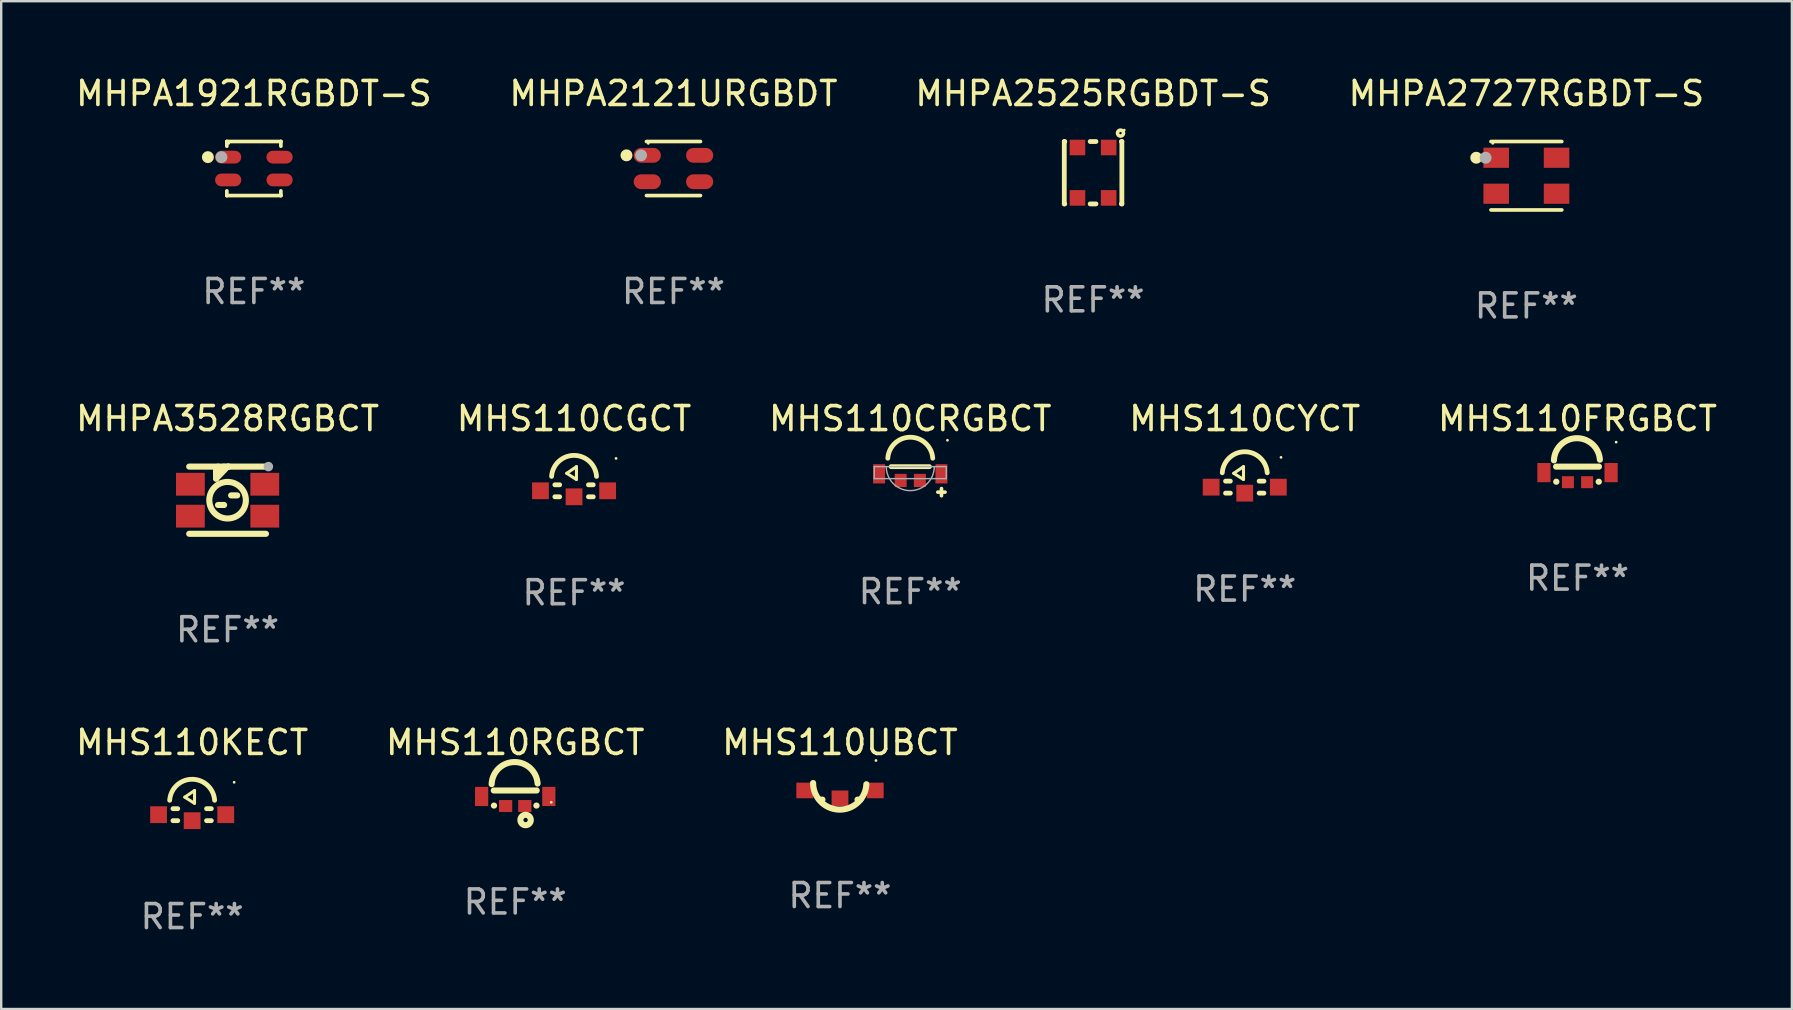
<source format=kicad_pcb>
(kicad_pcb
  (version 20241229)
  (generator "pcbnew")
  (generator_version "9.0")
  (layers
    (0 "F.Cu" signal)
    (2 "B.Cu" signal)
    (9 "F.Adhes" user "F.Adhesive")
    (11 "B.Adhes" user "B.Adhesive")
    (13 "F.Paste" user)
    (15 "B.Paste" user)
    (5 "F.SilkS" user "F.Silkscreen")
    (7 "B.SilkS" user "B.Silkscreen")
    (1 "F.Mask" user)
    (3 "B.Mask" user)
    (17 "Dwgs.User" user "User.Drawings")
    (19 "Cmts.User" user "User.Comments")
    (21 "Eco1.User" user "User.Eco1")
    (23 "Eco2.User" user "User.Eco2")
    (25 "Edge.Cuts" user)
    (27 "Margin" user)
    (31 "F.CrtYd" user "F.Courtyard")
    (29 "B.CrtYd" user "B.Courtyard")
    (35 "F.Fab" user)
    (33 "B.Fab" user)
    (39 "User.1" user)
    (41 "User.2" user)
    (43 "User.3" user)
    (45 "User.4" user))
  (footprint "MHS110RGBCT"
    (layer "F.Cu")
    (at 18.423 30.219)
    (property "Reference" "MHS110RGBCT" (at 0 -2.324 0) (layer "F.SilkS") (effects (font (size 1 1) (thickness 0.15))))
    (attr through_hole)
    (fp_line (start -0.894 -0.324) (end 0.894 -0.324) (stroke (width 0.254) (type solid)) (layer "F.SilkS"))
    (fp_line (start -0.889 0.305) (end -0.881 0.305) (stroke (width 0.254) (type solid)) (layer "F.SilkS"))
    (fp_line (start 0.881 0.305) (end 0.889 0.305) (stroke (width 0.254) (type solid)) (layer "F.SilkS"))
    (fp_arc (start -0.983311 -0.58645) (mid -0.038712 -1.509755) (end 0.93241 -0.614389) (stroke (width 0.254001) (type solid)) (layer "F.SilkS"))
    (fp_circle (center 0.432 0.906) (end 0.522 0.906) (stroke (width 0.254) (type solid)) (fill no) (layer "F.SilkS"))
    (fp_circle (center 1.5 0.168) (end 1.53 0.168) (stroke (width 0.06) (type solid)) (fill no) (layer "F.SilkS"))
    (fp_text user "REF**" (at 0 4.324 0) (layer "F.Fab") (effects (font (size 1 1) (thickness 0.15))))
    (pad "1" smd rect (at 0.4 0.324 180) (size 0.55 0.5) (layers "F.Cu" "F.Mask" "F.Paste"))
    (pad "2" smd rect (at 1.4 -0.075 180) (size 0.55 0.8) (layers "F.Cu" "F.Mask" "F.Paste"))
    (pad "3" smd rect (at -1.4 -0.075 180) (size 0.55 0.8) (layers "F.Cu" "F.Mask" "F.Paste"))
    (pad "4" smd rect (at -0.4 0.324 180) (size 0.55 0.5) (layers "F.Cu" "F.Mask" "F.Paste")))
  (footprint "MHPA1921RGBDT-S"
    (layer "F.Cu")
    (at 7.53 3.974)
    (property "Reference" "MHPA1921RGBDT-S" (at 0 -3.126 0) (layer "F.SilkS") (effects (font (size 1 1) (thickness 0.15))))
    (attr through_hole)
    (fp_line (start -1.126 -1.126) (end -1.126 -1.126) (stroke (width 0.152) (type solid)) (layer "F.SilkS"))
    (fp_line (start -1.126 -1.126) (end 1.126 -1.126) (stroke (width 0.152) (type solid)) (layer "F.SilkS"))
    (fp_line (start -1.126 -0.931) (end -1.126 -1.126) (stroke (width 0.152) (type solid)) (layer "F.SilkS"))
    (fp_line (start -1.126 0.931) (end -1.126 1.126) (stroke (width 0.152) (type solid)) (layer "F.SilkS"))
    (fp_line (start -1.126 1.126) (end -1.126 1.126) (stroke (width 0.152) (type solid)) (layer "F.SilkS"))
    (fp_line (start -1.126 1.126) (end 1.126 1.126) (stroke (width 0.152) (type solid)) (layer "F.SilkS"))
    (fp_line (start 1.126 -1.126) (end 1.126 -1.126) (stroke (width 0.152) (type solid)) (layer "F.SilkS"))
    (fp_line (start 1.126 -1.126) (end 1.126 -0.931) (stroke (width 0.152) (type solid)) (layer "F.SilkS"))
    (fp_line (start 1.126 1.126) (end 1.126 0.931) (stroke (width 0.152) (type solid)) (layer "F.SilkS"))
    (fp_line (start 1.126 1.126) (end 1.126 1.126) (stroke (width 0.152) (type solid)) (layer "F.SilkS"))
    (fp_circle (center -1.916 -0.475) (end -1.791 -0.475) (stroke (width 0.25) (type solid)) (fill no) (layer "F.SilkS"))
    (fp_circle (center -1.05 -1.05) (end -1.02 -1.05) (stroke (width 0.06) (type solid)) (fill no) (layer "F.SilkS"))
    (fp_circle (center -1.35 -0.475) (end -1.225 -0.475) (stroke (width 0.25) (type solid)) (fill no) (layer "F.Fab"))
    (fp_text user "REF**" (at 0 5.126 0) (layer "F.Fab") (effects (font (size 1 1) (thickness 0.15))))
    (pad "1" smd oval (at -1.071 -0.475 270) (size 0.532 1.091) (layers "F.Cu" "F.Mask" "F.Paste"))
    (pad "2" smd oval (at -1.071 0.475 270) (size 0.532 1.091) (layers "F.Cu" "F.Mask" "F.Paste"))
    (pad "3" smd oval (at 1.071 0.475 270) (size 0.532 1.091) (layers "F.Cu" "F.Mask" "F.Paste"))
    (pad "4" smd oval (at 1.071 -0.475 270) (size 0.532 1.091) (layers "F.Cu" "F.Mask" "F.Paste")))
  (footprint "MHS110UBCT"
    (layer "F.Cu")
    (at 31.958 30.085)
    (property "Reference" "MHS110UBCT" (at 0 -2.191 0) (layer "F.SilkS") (effects (font (size 1 1) (thickness 0.15))))
    (attr through_hole)
    (fp_line (start -0.854 0.191) (end -0.731 0.191) (stroke (width 0.254) (type solid)) (layer "F.SilkS"))
    (fp_line (start 0.731 0.191) (end 0.854 0.191) (stroke (width 0.254) (type solid)) (layer "F.SilkS"))
    (fp_arc (start 1.1 -0.450495) (mid -0.034438 0.609497) (end -1.119989 -0.500509) (stroke (width 0.254001) (type solid)) (layer "F.SilkS"))
    (fp_circle (center 1.5 -1.44) (end 1.53 -1.44) (stroke (width 0.06) (type solid)) (fill no) (layer "F.SilkS"))
    (fp_text user "REF**" (at 0 4.191 0) (layer "F.Fab") (effects (font (size 1 1) (thickness 0.15))))
    (pad "1" smd rect (at 1.47 -0.191) (size 0.7 0.65) (layers "F.Cu" "F.Mask" "F.Paste"))
    (pad "2" smd rect (at -1.47 -0.191) (size 0.7 0.65) (layers "F.Cu" "F.Mask" "F.Paste"))
    (pad "3" smd rect (at 0 0.135) (size 0.7 0.65) (layers "F.Cu" "F.Mask" "F.Paste")))
  (footprint "MHS110CYCT"
    (layer "F.Cu")
    (at 48.827 16.95)
    (property "Reference" "MHS110CYCT" (at 0 -2.553 0) (layer "F.SilkS") (effects (font (size 1 1) (thickness 0.15))))
    (attr through_hole)
    (fp_line (start -0.8 0.053) (end -0.6 0.053) (stroke (width 0.2) (type solid)) (layer "F.SilkS"))
    (fp_line (start -0.8 0.553) (end -0.6 0.553) (stroke (width 0.2) (type solid)) (layer "F.SilkS"))
    (fp_line (start -0.458 -0.274) (end -0.055 -0.017) (stroke (width 0.127) (type solid)) (layer "F.SilkS"))
    (fp_line (start -0.052 -0.553) (end -0.458 -0.274) (stroke (width 0.127) (type solid)) (layer "F.SilkS"))
    (fp_line (start -0.052 -0.02) (end -0.052 -0.553) (stroke (width 0.127) (type solid)) (layer "F.SilkS"))
    (fp_line (start 0.6 0.053) (end 0.8 0.053) (stroke (width 0.2) (type solid)) (layer "F.SilkS"))
    (fp_line (start 0.6 0.553) (end 0.8 0.553) (stroke (width 0.2) (type solid)) (layer "F.SilkS"))
    (fp_arc (start -0.936728 -0.297079) (mid 0.000013 -1.172695) (end 0.936754 -0.297079) (stroke (width 0.2) (type solid)) (layer "F.SilkS"))
    (fp_circle (center 1.511 -0.939) (end 1.541 -0.939) (stroke (width 0.06) (type solid)) (fill no) (layer "F.SilkS"))
    (fp_text user "REF**" (at 0 4.553 0) (layer "F.Fab") (effects (font (size 1 1) (thickness 0.15))))
    (pad "1" smd rect (at 1.4 0.303 180) (size 0.7 0.7) (layers "F.Cu" "F.Mask" "F.Paste"))
    (pad "2" smd rect (at -1.4 0.303 180) (size 0.7 0.7) (layers "F.Cu" "F.Mask" "F.Paste"))
    (pad "3" smd rect (at 0 0.553 180) (size 0.7 0.7) (layers "F.Cu" "F.Mask" "F.Paste")))
  (footprint "MHS110KECT"
    (layer "F.Cu")
    (at 4.958 30.524)
    (property "Reference" "MHS110KECT" (at 0 -2.629 0) (layer "F.SilkS") (effects (font (size 1 1) (thickness 0.15))))
    (attr through_hole)
    (fp_line (start -0.8 0.129) (end -0.6 0.129) (stroke (width 0.2) (type solid)) (layer "F.SilkS"))
    (fp_line (start -0.8 0.629) (end -0.6 0.629) (stroke (width 0.2) (type solid)) (layer "F.SilkS"))
    (fp_line (start -0.306 -0.35) (end 0.097 -0.093) (stroke (width 0.127) (type solid)) (layer "F.SilkS"))
    (fp_line (start 0.1 -0.629) (end -0.306 -0.35) (stroke (width 0.127) (type solid)) (layer "F.SilkS"))
    (fp_line (start 0.1 -0.096) (end 0.1 -0.629) (stroke (width 0.127) (type solid)) (layer "F.SilkS"))
    (fp_line (start 0.6 0.129) (end 0.8 0.129) (stroke (width 0.2) (type solid)) (layer "F.SilkS"))
    (fp_line (start 0.6 0.629) (end 0.8 0.629) (stroke (width 0.2) (type solid)) (layer "F.SilkS"))
    (fp_arc (start -0.936703 -0.220855) (mid 0.000039 -1.09647) (end 0.936779 -0.220853) (stroke (width 0.2) (type solid)) (layer "F.SilkS"))
    (fp_circle (center 1.75 -0.971) (end 1.78 -0.971) (stroke (width 0.06) (type solid)) (fill no) (layer "F.SilkS"))
    (fp_text user "REF**" (at 0 4.629 0) (layer "F.Fab") (effects (font (size 1 1) (thickness 0.15))))
    (pad "1" smd rect (at 1.4 0.379 180) (size 0.7 0.7) (layers "F.Cu" "F.Mask" "F.Paste"))
    (pad "4" smd rect (at -1.4 0.379 180) (size 0.7 0.7) (layers "F.Cu" "F.Mask" "F.Paste"))
    (pad "5" smd rect (at 0 0.629 180) (size 0.7 0.7) (layers "F.Cu" "F.Mask" "F.Paste")))
  (footprint "MHS110FRGBCT"
    (layer "F.Cu")
    (at 62.696 16.722)
    (property "Reference" "MHS110FRGBCT" (at 0 -2.324 0) (layer "F.SilkS") (effects (font (size 1 1) (thickness 0.15))))
    (attr through_hole)
    (fp_line (start -0.894 -0.324) (end 0.894 -0.324) (stroke (width 0.254) (type solid)) (layer "F.SilkS"))
    (fp_line (start -0.889 0.305) (end -0.881 0.305) (stroke (width 0.254) (type solid)) (layer "F.SilkS"))
    (fp_line (start 0.881 0.305) (end 0.889 0.305) (stroke (width 0.254) (type solid)) (layer "F.SilkS"))
    (fp_arc (start -0.983311 -0.58645) (mid -0.038712 -1.509755) (end 0.93241 -0.614389) (stroke (width 0.254001) (type solid)) (layer "F.SilkS"))
    (fp_circle (center 1.61 -1.345) (end 1.64 -1.345) (stroke (width 0.06) (type solid)) (fill no) (layer "F.SilkS"))
    (fp_text user "REF**" (at 0 4.324 0) (layer "F.Fab") (effects (font (size 1 1) (thickness 0.15))))
    (pad "1" smd rect (at 1.4 -0.075 180) (size 0.55 0.8) (layers "F.Cu" "F.Mask" "F.Paste"))
    (pad "2" smd rect (at 0.4 0.324 180) (size 0.5 0.5) (layers "F.Cu" "F.Mask" "F.Paste"))
    (pad "3" smd rect (at -0.4 0.324 180) (size 0.5 0.5) (layers "F.Cu" "F.Mask" "F.Paste"))
    (pad "4" smd rect (at -1.4 -0.075 180) (size 0.55 0.8) (layers "F.Cu" "F.Mask" "F.Paste")))
  (footprint "MHPA2525RGBDT-S"
    (layer "F.Cu")
    (at 42.506 4.148)
    (property "Reference" "MHPA2525RGBDT-S" (at 0 -3.3 0) (layer "F.SilkS") (effects (font (size 1 1) (thickness 0.15))))
    (attr through_hole)
    (fp_line (start -1.2 -1.3) (end -1.2 1.3) (stroke (width 0.2) (type solid)) (layer "F.SilkS"))
    (fp_line (start -1.179 -1.3) (end -1.2 -1.3) (stroke (width 0.2) (type solid)) (layer "F.SilkS"))
    (fp_line (start -1.179 1.3) (end -1.2 1.3) (stroke (width 0.2) (type solid)) (layer "F.SilkS"))
    (fp_line (start 0.121 -1.3) (end -0.121 -1.3) (stroke (width 0.2) (type solid)) (layer "F.SilkS"))
    (fp_line (start 0.121 1.3) (end -0.121 1.3) (stroke (width 0.2) (type solid)) (layer "F.SilkS"))
    (fp_line (start 1.2 -1.3) (end 1.179 -1.3) (stroke (width 0.2) (type solid)) (layer "F.SilkS"))
    (fp_line (start 1.2 -1.3) (end 1.2 1.3) (stroke (width 0.2) (type solid)) (layer "F.SilkS"))
    (fp_line (start 1.2 1.3) (end 1.179 1.3) (stroke (width 0.2) (type solid)) (layer "F.SilkS"))
    (fp_circle (center 1.143 -1.651) (end 1.193 -1.651) (stroke (width 0.15) (type solid)) (fill no) (layer "F.SilkS"))
    (fp_circle (center 1.3 -1.776) (end 1.33 -1.776) (stroke (width 0.06) (type solid)) (fill no) (layer "F.SilkS"))
    (fp_text user "REF**" (at 0 5.3 0) (layer "F.Fab") (effects (font (size 1 1) (thickness 0.15))))
    (pad "1" smd rect (at 0.65 -1.05 90) (size 0.65 0.65) (layers "F.Cu" "F.Mask" "F.Paste"))
    (pad "2" smd rect (at -0.65 -1.05 90) (size 0.65 0.65) (layers "F.Cu" "F.Mask" "F.Paste"))
    (pad "3" smd rect (at -0.65 1.05 90) (size 0.65 0.65) (layers "F.Cu" "F.Mask" "F.Paste"))
    (pad "4" smd rect (at 0.65 1.05 90) (size 0.65 0.65) (layers "F.Cu" "F.Mask" "F.Paste")))
  (footprint "MHS110CRGBCT"
    (layer "F.Cu")
    (at 34.887 17.004)
    (property "Reference" "MHS110CRGBCT" (at 0 -2.606 0) (layer "F.SilkS") (effects (font (size 1 1) (thickness 0.15))))
    (attr through_hole)
    (fp_line (start 0.8 -0.605) (end -0.8 -0.605) (stroke (width 0.2) (type solid)) (layer "F.SilkS"))
    (fp_line (start 1.301 0.307) (end 1.301 0.606) (stroke (width 0.15) (type solid)) (layer "F.SilkS"))
    (fp_line (start 1.45 0.457) (end 1.148 0.457) (stroke (width 0.15) (type solid)) (layer "F.SilkS"))
    (fp_arc (start -0.936728 -0.956337) (mid 0.000013 -1.831953) (end 0.936754 -0.956337) (stroke (width 0.2) (type solid)) (layer "F.SilkS"))
    (fp_circle (center 1.55 -1.706) (end 1.58 -1.706) (stroke (width 0.06) (type solid)) (fill no) (layer "F.SilkS"))
    (fp_line (start -1.5 -0.606) (end 1.5 -0.606) (stroke (width 0.06) (type solid)) (layer "F.Fab"))
    (fp_line (start -1.5 -0.106) (end -1.5 -0.606) (stroke (width 0.06) (type solid)) (layer "F.Fab"))
    (fp_line (start -1.5 -0.106) (end 1.5 -0.106) (stroke (width 0.06) (type solid)) (layer "F.Fab"))
    (fp_line (start 1.5 -0.106) (end 1.5 -0.606) (stroke (width 0.06) (type solid)) (layer "F.Fab"))
    (fp_arc (start 1.000025 -0.606325) (mid 0.000025 0.393675) (end -0.999975 -0.606325) (stroke (width 0.059995) (type solid)) (layer "F.Fab"))
    (fp_text user "REF**" (at 0 4.606 0) (layer "F.Fab") (effects (font (size 1 1) (thickness 0.15))))
    (pad "1" smd rect (at 1.3 -0.306 180) (size 0.5 0.8) (layers "F.Cu" "F.Mask" "F.Paste"))
    (pad "2" smd rect (at 0.4 -0.031 180) (size 0.5 0.55) (layers "F.Cu" "F.Mask" "F.Paste"))
    (pad "3" smd rect (at -0.4 -0.031 180) (size 0.5 0.55) (layers "F.Cu" "F.Mask" "F.Paste"))
    (pad "4" smd rect (at -1.3 -0.306 180) (size 0.5 0.8) (layers "F.Cu" "F.Mask" "F.Paste")))
  (footprint "MHPA2727RGBDT-S"
    (layer "F.Cu")
    (at 60.565 4.274)
    (property "Reference" "MHPA2727RGBDT-S" (at 0 -3.426 0) (layer "F.SilkS") (effects (font (size 1 1) (thickness 0.15))))
    (attr through_hole)
    (fp_line (start -1.476 -1.426) (end 1.476 -1.426) (stroke (width 0.152) (type solid)) (layer "F.SilkS"))
    (fp_line (start -1.476 1.426) (end 1.476 1.426) (stroke (width 0.152) (type solid)) (layer "F.SilkS"))
    (fp_circle (center -2.09 -0.75) (end -1.965 -0.75) (stroke (width 0.25) (type solid)) (fill no) (layer "F.SilkS"))
    (fp_circle (center -1.4 -1.35) (end -1.37 -1.35) (stroke (width 0.06) (type solid)) (fill no) (layer "F.SilkS"))
    (fp_circle (center -1.7 -0.75) (end -1.575 -0.75) (stroke (width 0.25) (type solid)) (fill no) (layer "F.Fab"))
    (fp_text user "REF**" (at 0 5.426 0) (layer "F.Fab") (effects (font (size 1 1) (thickness 0.15))))
    (pad "1" smd rect (at 1.258 -0.75) (size 1.065 0.84) (layers "F.Cu" "F.Mask" "F.Paste"))
    (pad "2" smd rect (at -1.258 -0.75) (size 1.065 0.84) (layers "F.Cu" "F.Mask" "F.Paste"))
    (pad "3" smd rect (at -1.258 0.75) (size 1.065 0.84) (layers "F.Cu" "F.Mask" "F.Paste"))
    (pad "4" smd rect (at 1.258 0.75) (size 1.065 0.84) (layers "F.Cu" "F.Mask" "F.Paste")))
  (footprint "MHS110CGCT"
    (layer "F.Cu")
    (at 20.875 17.026)
    (property "Reference" "MHS110CGCT" (at 0 -2.629 0) (layer "F.SilkS") (effects (font (size 1 1) (thickness 0.15))))
    (attr through_hole)
    (fp_line (start -0.8 0.129) (end -0.6 0.129) (stroke (width 0.2) (type solid)) (layer "F.SilkS"))
    (fp_line (start -0.8 0.629) (end -0.6 0.629) (stroke (width 0.2) (type solid)) (layer "F.SilkS"))
    (fp_line (start -0.306 -0.35) (end 0.097 -0.093) (stroke (width 0.127) (type solid)) (layer "F.SilkS"))
    (fp_line (start 0.1 -0.629) (end -0.306 -0.35) (stroke (width 0.127) (type solid)) (layer "F.SilkS"))
    (fp_line (start 0.1 -0.096) (end 0.1 -0.629) (stroke (width 0.127) (type solid)) (layer "F.SilkS"))
    (fp_line (start 0.6 0.129) (end 0.8 0.129) (stroke (width 0.2) (type solid)) (layer "F.SilkS"))
    (fp_line (start 0.6 0.629) (end 0.8 0.629) (stroke (width 0.2) (type solid)) (layer "F.SilkS"))
    (fp_arc (start -0.936728 -0.220855) (mid 0.000014 -1.09647) (end 0.936754 -0.220853) (stroke (width 0.2) (type solid)) (layer "F.SilkS"))
    (fp_circle (center 1.75 -0.971) (end 1.78 -0.971) (stroke (width 0.06) (type solid)) (fill no) (layer "F.SilkS"))
    (fp_text user "REF**" (at 0 4.629 0) (layer "F.Fab") (effects (font (size 1 1) (thickness 0.15))))
    (pad "1" smd rect (at 1.4 0.379 180) (size 0.7 0.7) (layers "F.Cu" "F.Mask" "F.Paste"))
    (pad "2" smd rect (at -1.4 0.379 180) (size 0.7 0.7) (layers "F.Cu" "F.Mask" "F.Paste"))
    (pad "3" smd rect (at 0 0.629 180) (size 0.7 0.7) (layers "F.Cu" "F.Mask" "F.Paste")))
  (footprint "MHPA3528RGBCT"
    (layer "F.Cu")
    (at 6.435 17.797)
    (property "Reference" "MHPA3528RGBCT" (at 0 -3.4 0) (layer "F.SilkS") (effects (font (size 1 1) (thickness 0.15))))
    (attr through_hole)
    (fp_line (start -1.6 -1.4) (end 1.6 -1.4) (stroke (width 0.254) (type solid)) (layer "F.SilkS"))
    (fp_line (start -0.479 -1.321) (end -0.4 -1.4) (stroke (width 0.254) (type solid)) (layer "F.SilkS"))
    (fp_line (start -0.479 -1.04) (end -0.479 -1.321) (stroke (width 0.254) (type solid)) (layer "F.SilkS"))
    (fp_line (start -0.478 -1.322) (end -0.478 -0.9) (stroke (width 0.254) (type solid)) (layer "F.SilkS"))
    (fp_line (start -0.478 -0.9) (end 0.000076 -1.4) (stroke (width 0.254) (type solid)) (layer "F.SilkS"))
    (fp_line (start -0.153 -1.4) (end -0.153 -1.366) (stroke (width 0.254) (type solid)) (layer "F.SilkS"))
    (fp_line (start -0.153 -1.366) (end -0.479 -1.04) (stroke (width 0.254) (type solid)) (layer "F.SilkS"))
    (fp_line (start -0.145 0.199) (end -0.399 0.199) (stroke (width 0.254) (type solid)) (layer "F.SilkS"))
    (fp_line (start 0.000076 -1.4) (end 0.068 -1.4) (stroke (width 0.254) (type solid)) (layer "F.SilkS"))
    (fp_line (start 0.401 -0.2) (end 0.147 -0.2) (stroke (width 0.254) (type solid)) (layer "F.SilkS"))
    (fp_line (start 1.6 1.4) (end -1.6 1.4) (stroke (width 0.254) (type solid)) (layer "F.SilkS"))
    (fp_circle (center 0.000051 0.000165) (end 0.762 0.000165) (stroke (width 0.254) (type solid)) (fill no) (layer "F.SilkS"))
    (fp_circle (center 1.75 -1.4) (end 1.78 -1.4) (stroke (width 0.06) (type solid)) (fill no) (layer "F.SilkS"))
    (fp_circle (center 1.7 -1.4) (end 1.8 -1.4) (stroke (width 0.2) (type solid)) (fill no) (layer "F.Fab"))
    (fp_text user "REF**" (at 0 5.4 0) (layer "F.Fab") (effects (font (size 1 1) (thickness 0.15))))
    (pad "1" smd rect (at 1.55 -0.665 180) (size 1.2 0.95) (layers "F.Cu" "F.Mask" "F.Paste"))
    (pad "2" smd rect (at 1.55 0.665 180) (size 1.2 0.95) (layers "F.Cu" "F.Mask" "F.Paste"))
    (pad "3" smd rect (at -1.55 0.665 180) (size 1.2 0.95) (layers "F.Cu" "F.Mask" "F.Paste"))
    (pad "4" smd rect (at -1.55 -0.665 180) (size 1.2 0.95) (layers "F.Cu" "F.Mask" "F.Paste")))
  (footprint "MHPA2121URGBDT"
    (layer "F.Cu")
    (at 25.018 3.974)
    (property "Reference" "MHPA2121URGBDT" (at 0 -3.126 0) (layer "F.SilkS") (effects (font (size 1 1) (thickness 0.15))))
    (attr through_hole)
    (fp_line (start -1.126 -1.126) (end 1.126 -1.126) (stroke (width 0.152) (type solid)) (layer "F.SilkS"))
    (fp_line (start -1.126 1.126) (end 1.126 1.126) (stroke (width 0.152) (type solid)) (layer "F.SilkS"))
    (fp_circle (center -1.958 -0.55) (end -1.833 -0.55) (stroke (width 0.25) (type solid)) (fill no) (layer "F.SilkS"))
    (fp_circle (center -1.05 -1.05) (end -1.02 -1.05) (stroke (width 0.06) (type solid)) (fill no) (layer "F.SilkS"))
    (fp_circle (center -1.35 -0.55) (end -1.225 -0.55) (stroke (width 0.25) (type solid)) (fill no) (layer "F.Fab"))
    (fp_text user "REF**" (at 0 5.126 0) (layer "F.Fab") (effects (font (size 1 1) (thickness 0.15))))
    (pad "1" smd oval (at -1.091 -0.55 270) (size 0.616 1.133) (layers "F.Cu" "F.Mask" "F.Paste"))
    (pad "2" smd oval (at -1.091 0.55 270) (size 0.616 1.133) (layers "F.Cu" "F.Mask" "F.Paste"))
    (pad "3" smd oval (at 1.091 0.55 270) (size 0.616 1.133) (layers "F.Cu" "F.Mask" "F.Paste"))
    (pad "4" smd oval (at 1.091 -0.55 270) (size 0.616 1.133) (layers "F.Cu" "F.Mask" "F.Paste")))
  (gr_rect
    (start -3 -3)
    (end 71.631 39.001)
    (stroke (width 0.1) (type default))
    (fill no)
    (layer "Edge.Cuts")))
</source>
